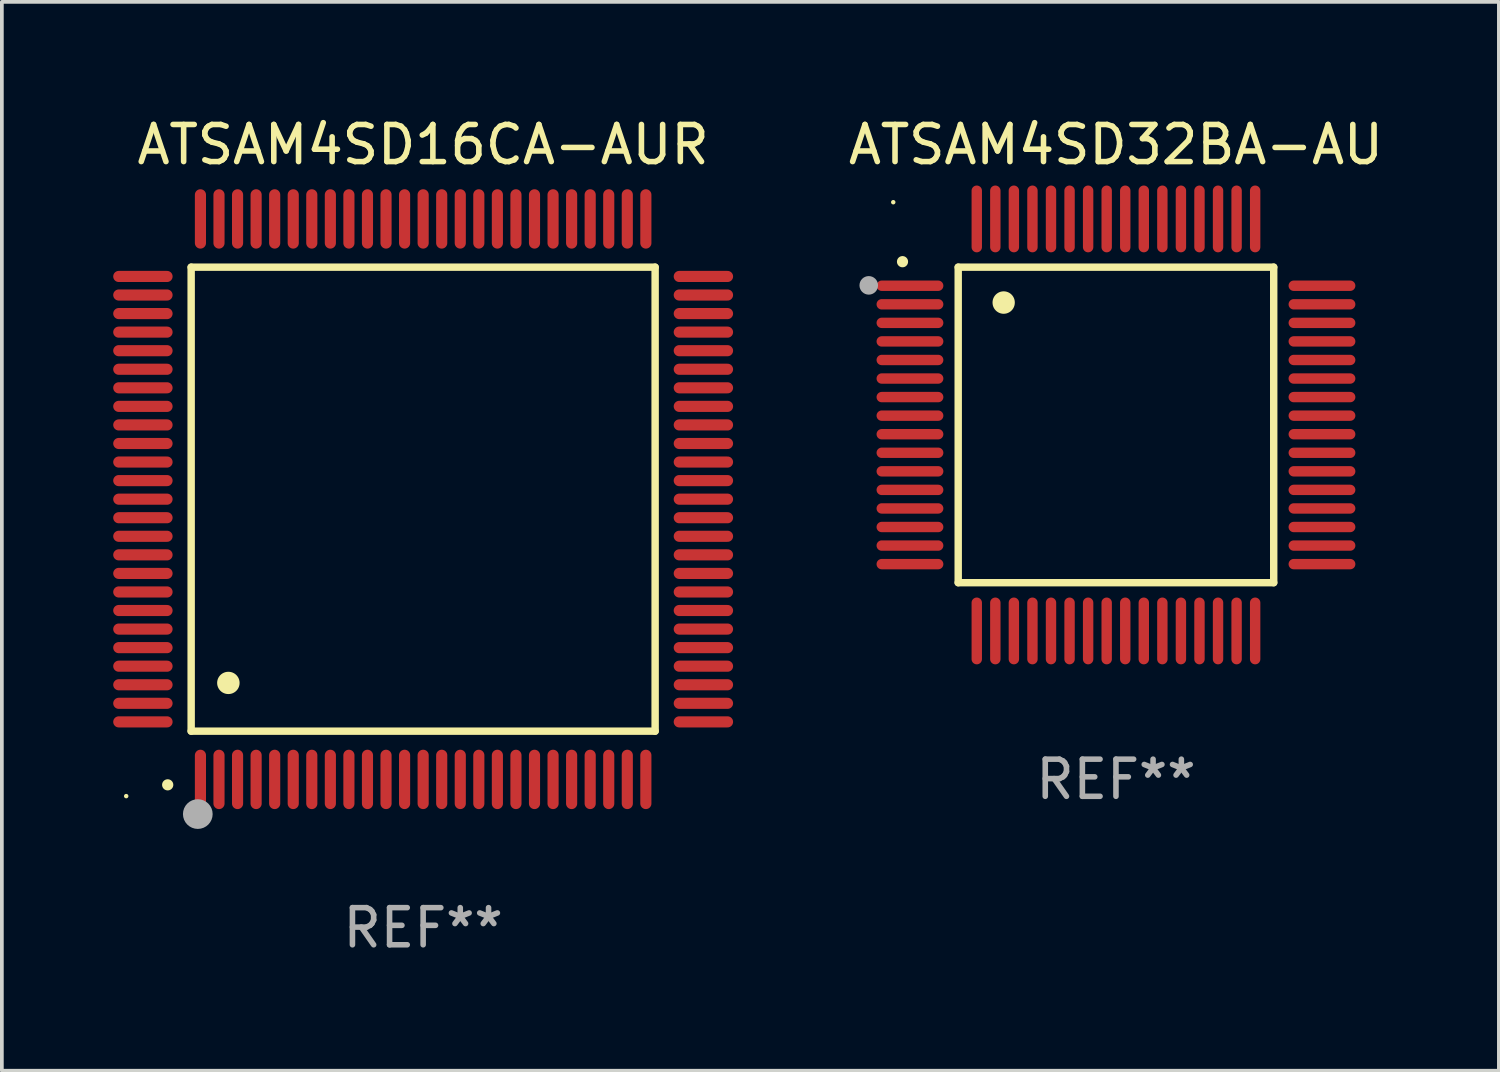
<source format=kicad_pcb>
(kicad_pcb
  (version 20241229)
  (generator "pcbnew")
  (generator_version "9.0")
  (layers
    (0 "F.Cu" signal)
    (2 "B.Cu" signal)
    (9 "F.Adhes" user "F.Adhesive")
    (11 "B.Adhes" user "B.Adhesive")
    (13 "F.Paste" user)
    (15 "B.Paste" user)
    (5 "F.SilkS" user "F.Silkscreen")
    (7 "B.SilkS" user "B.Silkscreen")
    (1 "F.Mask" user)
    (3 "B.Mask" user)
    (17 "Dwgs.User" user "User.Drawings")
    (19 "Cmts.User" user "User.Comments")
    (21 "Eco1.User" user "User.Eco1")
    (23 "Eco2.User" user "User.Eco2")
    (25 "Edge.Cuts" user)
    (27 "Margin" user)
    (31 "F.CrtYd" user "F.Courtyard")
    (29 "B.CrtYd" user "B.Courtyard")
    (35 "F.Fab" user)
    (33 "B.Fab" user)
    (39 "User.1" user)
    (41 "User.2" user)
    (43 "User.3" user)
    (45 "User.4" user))
  (footprint "ATSAM4SD16CA-AUR"
    (layer "F.Cu")
    (at 8.35 10.398)
    (property "Reference" "ATSAM4SD16CA-AUR" (at 0 -9.55 0) (layer "F.SilkS") (effects (font (size 1 1) (thickness 0.15))))
    (attr through_hole)
    (fp_line (start -6.25 -6.25) (end -6.25 6.25) (stroke (width 0.2) (type solid)) (layer "F.SilkS"))
    (fp_line (start -6.25 6.25) (end 6.25 6.25) (stroke (width 0.2) (type solid)) (layer "F.SilkS"))
    (fp_line (start 6.25 -6.25) (end -6.25 -6.25) (stroke (width 0.2) (type solid)) (layer "F.SilkS"))
    (fp_line (start 6.25 6.25) (end 6.25 -6.25) (stroke (width 0.2) (type solid)) (layer "F.SilkS"))
    (fp_arc (start -6.883414 7.696215) (mid -6.882144 7.69621) (end -6.880874 7.696215) (stroke (width 0.3) (type solid)) (layer "F.SilkS"))
    (fp_arc (start -5.250191 4.95047) (mid -5.247651 4.950459) (end -5.245111 4.95047) (stroke (width 0.6) (type solid)) (layer "F.SilkS"))
    (fp_circle (center -8 8) (end -7.97 8) (stroke (width 0.06) (type solid)) (fill no) (layer "F.SilkS"))
    (fp_circle (center -6.071 8.484) (end -5.871 8.484) (stroke (width 0.4) (type solid)) (fill no) (layer "F.Fab"))
    (fp_text user "REF**" (at 0 11.55 0) (layer "F.Fab") (effects (font (size 1 1) (thickness 0.15))))
    (pad "1" smd oval (at -6 7.55) (size 0.3 1.6) (layers "F.Cu" "F.Mask" "F.Paste"))
    (pad "2" smd oval (at -5.5 7.55) (size 0.3 1.6) (layers "F.Cu" "F.Mask" "F.Paste"))
    (pad "3" smd oval (at -5 7.55) (size 0.3 1.6) (layers "F.Cu" "F.Mask" "F.Paste"))
    (pad "4" smd oval (at -4.5 7.55) (size 0.3 1.6) (layers "F.Cu" "F.Mask" "F.Paste"))
    (pad "5" smd oval (at -4 7.55) (size 0.3 1.6) (layers "F.Cu" "F.Mask" "F.Paste"))
    (pad "6" smd oval (at -3.5 7.55) (size 0.3 1.6) (layers "F.Cu" "F.Mask" "F.Paste"))
    (pad "7" smd oval (at -3 7.55) (size 0.3 1.6) (layers "F.Cu" "F.Mask" "F.Paste"))
    (pad "8" smd oval (at -2.5 7.55) (size 0.3 1.6) (layers "F.Cu" "F.Mask" "F.Paste"))
    (pad "9" smd oval (at -2 7.55) (size 0.3 1.6) (layers "F.Cu" "F.Mask" "F.Paste"))
    (pad "10" smd oval (at -1.5 7.55) (size 0.3 1.6) (layers "F.Cu" "F.Mask" "F.Paste"))
    (pad "11" smd oval (at -1 7.55) (size 0.3 1.6) (layers "F.Cu" "F.Mask" "F.Paste"))
    (pad "12" smd oval (at -0.5 7.55) (size 0.3 1.6) (layers "F.Cu" "F.Mask" "F.Paste"))
    (pad "13" smd oval (at 0 7.55) (size 0.3 1.6) (layers "F.Cu" "F.Mask" "F.Paste"))
    (pad "14" smd oval (at 0.5 7.55) (size 0.3 1.6) (layers "F.Cu" "F.Mask" "F.Paste"))
    (pad "15" smd oval (at 1 7.55) (size 0.3 1.6) (layers "F.Cu" "F.Mask" "F.Paste"))
    (pad "16" smd oval (at 1.5 7.55) (size 0.3 1.6) (layers "F.Cu" "F.Mask" "F.Paste"))
    (pad "17" smd oval (at 2 7.55) (size 0.3 1.6) (layers "F.Cu" "F.Mask" "F.Paste"))
    (pad "18" smd oval (at 2.5 7.55) (size 0.3 1.6) (layers "F.Cu" "F.Mask" "F.Paste"))
    (pad "19" smd oval (at 3 7.55) (size 0.3 1.6) (layers "F.Cu" "F.Mask" "F.Paste"))
    (pad "20" smd oval (at 3.5 7.55) (size 0.3 1.6) (layers "F.Cu" "F.Mask" "F.Paste"))
    (pad "21" smd oval (at 4 7.55) (size 0.3 1.6) (layers "F.Cu" "F.Mask" "F.Paste"))
    (pad "22" smd oval (at 4.5 7.55) (size 0.3 1.6) (layers "F.Cu" "F.Mask" "F.Paste"))
    (pad "23" smd oval (at 5 7.55) (size 0.3 1.6) (layers "F.Cu" "F.Mask" "F.Paste"))
    (pad "24" smd oval (at 5.5 7.55) (size 0.3 1.6) (layers "F.Cu" "F.Mask" "F.Paste"))
    (pad "25" smd oval (at 6 7.55) (size 0.3 1.6) (layers "F.Cu" "F.Mask" "F.Paste"))
    (pad "26" smd oval (at 7.55 6) (size 1.6 0.3) (layers "F.Cu" "F.Mask" "F.Paste"))
    (pad "27" smd oval (at 7.55 5.5) (size 1.6 0.3) (layers "F.Cu" "F.Mask" "F.Paste"))
    (pad "28" smd oval (at 7.55 5) (size 1.6 0.3) (layers "F.Cu" "F.Mask" "F.Paste"))
    (pad "29" smd oval (at 7.55 4.5) (size 1.6 0.3) (layers "F.Cu" "F.Mask" "F.Paste"))
    (pad "30" smd oval (at 7.55 4) (size 1.6 0.3) (layers "F.Cu" "F.Mask" "F.Paste"))
    (pad "31" smd oval (at 7.55 3.5) (size 1.6 0.3) (layers "F.Cu" "F.Mask" "F.Paste"))
    (pad "32" smd oval (at 7.55 3) (size 1.6 0.3) (layers "F.Cu" "F.Mask" "F.Paste"))
    (pad "33" smd oval (at 7.55 2.5) (size 1.6 0.3) (layers "F.Cu" "F.Mask" "F.Paste"))
    (pad "34" smd oval (at 7.55 2) (size 1.6 0.3) (layers "F.Cu" "F.Mask" "F.Paste"))
    (pad "35" smd oval (at 7.55 1.5) (size 1.6 0.3) (layers "F.Cu" "F.Mask" "F.Paste"))
    (pad "36" smd oval (at 7.55 1) (size 1.6 0.3) (layers "F.Cu" "F.Mask" "F.Paste"))
    (pad "37" smd oval (at 7.55 0.5) (size 1.6 0.3) (layers "F.Cu" "F.Mask" "F.Paste"))
    (pad "38" smd oval (at 7.55 0) (size 1.6 0.3) (layers "F.Cu" "F.Mask" "F.Paste"))
    (pad "39" smd oval (at 7.55 -0.5) (size 1.6 0.3) (layers "F.Cu" "F.Mask" "F.Paste"))
    (pad "40" smd oval (at 7.55 -1) (size 1.6 0.3) (layers "F.Cu" "F.Mask" "F.Paste"))
    (pad "41" smd oval (at 7.55 -1.5) (size 1.6 0.3) (layers "F.Cu" "F.Mask" "F.Paste"))
    (pad "42" smd oval (at 7.55 -2) (size 1.6 0.3) (layers "F.Cu" "F.Mask" "F.Paste"))
    (pad "43" smd oval (at 7.55 -2.5) (size 1.6 0.3) (layers "F.Cu" "F.Mask" "F.Paste"))
    (pad "44" smd oval (at 7.55 -3) (size 1.6 0.3) (layers "F.Cu" "F.Mask" "F.Paste"))
    (pad "45" smd oval (at 7.55 -3.5) (size 1.6 0.3) (layers "F.Cu" "F.Mask" "F.Paste"))
    (pad "46" smd oval (at 7.55 -4) (size 1.6 0.3) (layers "F.Cu" "F.Mask" "F.Paste"))
    (pad "47" smd oval (at 7.55 -4.5) (size 1.6 0.3) (layers "F.Cu" "F.Mask" "F.Paste"))
    (pad "48" smd oval (at 7.55 -5) (size 1.6 0.3) (layers "F.Cu" "F.Mask" "F.Paste"))
    (pad "49" smd oval (at 7.55 -5.5) (size 1.6 0.3) (layers "F.Cu" "F.Mask" "F.Paste"))
    (pad "50" smd oval (at 7.55 -6) (size 1.6 0.3) (layers "F.Cu" "F.Mask" "F.Paste"))
    (pad "51" smd oval (at 6 -7.55) (size 0.3 1.6) (layers "F.Cu" "F.Mask" "F.Paste"))
    (pad "52" smd oval (at 5.5 -7.55) (size 0.3 1.6) (layers "F.Cu" "F.Mask" "F.Paste"))
    (pad "53" smd oval (at 5 -7.55) (size 0.3 1.6) (layers "F.Cu" "F.Mask" "F.Paste"))
    (pad "54" smd oval (at 4.5 -7.55) (size 0.3 1.6) (layers "F.Cu" "F.Mask" "F.Paste"))
    (pad "55" smd oval (at 4 -7.55) (size 0.3 1.6) (layers "F.Cu" "F.Mask" "F.Paste"))
    (pad "56" smd oval (at 3.5 -7.55) (size 0.3 1.6) (layers "F.Cu" "F.Mask" "F.Paste"))
    (pad "57" smd oval (at 3 -7.55) (size 0.3 1.6) (layers "F.Cu" "F.Mask" "F.Paste"))
    (pad "58" smd oval (at 2.5 -7.55) (size 0.3 1.6) (layers "F.Cu" "F.Mask" "F.Paste"))
    (pad "59" smd oval (at 2 -7.55) (size 0.3 1.6) (layers "F.Cu" "F.Mask" "F.Paste"))
    (pad "60" smd oval (at 1.5 -7.55) (size 0.3 1.6) (layers "F.Cu" "F.Mask" "F.Paste"))
    (pad "61" smd oval (at 1 -7.55) (size 0.3 1.6) (layers "F.Cu" "F.Mask" "F.Paste"))
    (pad "62" smd oval (at 0.5 -7.55) (size 0.3 1.6) (layers "F.Cu" "F.Mask" "F.Paste"))
    (pad "63" smd oval (at 0 -7.55) (size 0.3 1.6) (layers "F.Cu" "F.Mask" "F.Paste"))
    (pad "64" smd oval (at -0.5 -7.55) (size 0.3 1.6) (layers "F.Cu" "F.Mask" "F.Paste"))
    (pad "65" smd oval (at -1 -7.55) (size 0.3 1.6) (layers "F.Cu" "F.Mask" "F.Paste"))
    (pad "66" smd oval (at -1.5 -7.55) (size 0.3 1.6) (layers "F.Cu" "F.Mask" "F.Paste"))
    (pad "67" smd oval (at -2 -7.55) (size 0.3 1.6) (layers "F.Cu" "F.Mask" "F.Paste"))
    (pad "68" smd oval (at -2.5 -7.55) (size 0.3 1.6) (layers "F.Cu" "F.Mask" "F.Paste"))
    (pad "69" smd oval (at -3 -7.55) (size 0.3 1.6) (layers "F.Cu" "F.Mask" "F.Paste"))
    (pad "70" smd oval (at -3.5 -7.55) (size 0.3 1.6) (layers "F.Cu" "F.Mask" "F.Paste"))
    (pad "71" smd oval (at -4 -7.55) (size 0.3 1.6) (layers "F.Cu" "F.Mask" "F.Paste"))
    (pad "72" smd oval (at -4.5 -7.55) (size 0.3 1.6) (layers "F.Cu" "F.Mask" "F.Paste"))
    (pad "73" smd oval (at -5 -7.55) (size 0.3 1.6) (layers "F.Cu" "F.Mask" "F.Paste"))
    (pad "74" smd oval (at -5.5 -7.55) (size 0.3 1.6) (layers "F.Cu" "F.Mask" "F.Paste"))
    (pad "75" smd oval (at -6 -7.55) (size 0.3 1.6) (layers "F.Cu" "F.Mask" "F.Paste"))
    (pad "76" smd oval (at -7.55 -6) (size 1.6 0.3) (layers "F.Cu" "F.Mask" "F.Paste"))
    (pad "77" smd oval (at -7.55 -5.5) (size 1.6 0.3) (layers "F.Cu" "F.Mask" "F.Paste"))
    (pad "78" smd oval (at -7.55 -5) (size 1.6 0.3) (layers "F.Cu" "F.Mask" "F.Paste"))
    (pad "79" smd oval (at -7.55 -4.5) (size 1.6 0.3) (layers "F.Cu" "F.Mask" "F.Paste"))
    (pad "80" smd oval (at -7.55 -4) (size 1.6 0.3) (layers "F.Cu" "F.Mask" "F.Paste"))
    (pad "81" smd oval (at -7.55 -3.5) (size 1.6 0.3) (layers "F.Cu" "F.Mask" "F.Paste"))
    (pad "82" smd oval (at -7.55 -3) (size 1.6 0.3) (layers "F.Cu" "F.Mask" "F.Paste"))
    (pad "83" smd oval (at -7.55 -2.5) (size 1.6 0.3) (layers "F.Cu" "F.Mask" "F.Paste"))
    (pad "84" smd oval (at -7.55 -2) (size 1.6 0.3) (layers "F.Cu" "F.Mask" "F.Paste"))
    (pad "85" smd oval (at -7.55 -1.5) (size 1.6 0.3) (layers "F.Cu" "F.Mask" "F.Paste"))
    (pad "86" smd oval (at -7.55 -1) (size 1.6 0.3) (layers "F.Cu" "F.Mask" "F.Paste"))
    (pad "87" smd oval (at -7.55 -0.5) (size 1.6 0.3) (layers "F.Cu" "F.Mask" "F.Paste"))
    (pad "88" smd oval (at -7.55 0) (size 1.6 0.3) (layers "F.Cu" "F.Mask" "F.Paste"))
    (pad "89" smd oval (at -7.55 0.5) (size 1.6 0.3) (layers "F.Cu" "F.Mask" "F.Paste"))
    (pad "90" smd oval (at -7.55 1) (size 1.6 0.3) (layers "F.Cu" "F.Mask" "F.Paste"))
    (pad "91" smd oval (at -7.55 1.5) (size 1.6 0.3) (layers "F.Cu" "F.Mask" "F.Paste"))
    (pad "92" smd oval (at -7.55 2) (size 1.6 0.3) (layers "F.Cu" "F.Mask" "F.Paste"))
    (pad "93" smd oval (at -7.55 2.5) (size 1.6 0.3) (layers "F.Cu" "F.Mask" "F.Paste"))
    (pad "94" smd oval (at -7.55 3) (size 1.6 0.3) (layers "F.Cu" "F.Mask" "F.Paste"))
    (pad "95" smd oval (at -7.55 3.5) (size 1.6 0.3) (layers "F.Cu" "F.Mask" "F.Paste"))
    (pad "96" smd oval (at -7.55 4) (size 1.6 0.3) (layers "F.Cu" "F.Mask" "F.Paste"))
    (pad "97" smd oval (at -7.55 4.5) (size 1.6 0.3) (layers "F.Cu" "F.Mask" "F.Paste"))
    (pad "98" smd oval (at -7.55 5) (size 1.6 0.3) (layers "F.Cu" "F.Mask" "F.Paste"))
    (pad "99" smd oval (at -7.55 5.5) (size 1.6 0.3) (layers "F.Cu" "F.Mask" "F.Paste"))
    (pad "100" smd oval (at -7.55 6) (size 1.6 0.3) (layers "F.Cu" "F.Mask" "F.Paste")))
  (footprint "ATSAM4SD32BA-AU"
    (layer "F.Cu")
    (at 27.015 8.398)
    (property "Reference" "ATSAM4SD32BA-AU" (at 0 -7.55 0) (layer "F.SilkS") (effects (font (size 1 1) (thickness 0.15))))
    (attr through_hole)
    (fp_line (start -4.25 -4.25) (end -4.25 4.25) (stroke (width 0.2) (type solid)) (layer "F.SilkS"))
    (fp_line (start -4.25 4.25) (end 4.25 4.25) (stroke (width 0.2) (type solid)) (layer "F.SilkS"))
    (fp_line (start 4.25 -4.25) (end -4.25 -4.25) (stroke (width 0.2) (type solid)) (layer "F.SilkS"))
    (fp_line (start 4.25 4.25) (end 4.25 -4.25) (stroke (width 0.2) (type solid)) (layer "F.SilkS"))
    (fp_arc (start -5.750572 -4.396749) (mid -5.750577 -4.398019) (end -5.750572 -4.399289) (stroke (width 0.3) (type solid)) (layer "F.SilkS"))
    (fp_arc (start -3.025146 -3.294387) (mid -3.025157 -3.296927) (end -3.025146 -3.299467) (stroke (width 0.6) (type solid)) (layer "F.SilkS"))
    (fp_circle (center -6 -6) (end -5.97 -6) (stroke (width 0.06) (type solid)) (fill no) (layer "F.SilkS"))
    (fp_circle (center -6.66 -3.76) (end -6.535 -3.76) (stroke (width 0.25) (type solid)) (fill no) (layer "F.Fab"))
    (fp_text user "REF**" (at 0 9.55 0) (layer "F.Fab") (effects (font (size 1 1) (thickness 0.15))))
    (pad "1" smd oval (at -5.55 -3.75) (size 1.8 0.28) (layers "F.Cu" "F.Mask" "F.Paste"))
    (pad "2" smd oval (at -5.55 -3.25) (size 1.8 0.28) (layers "F.Cu" "F.Mask" "F.Paste"))
    (pad "3" smd oval (at -5.55 -2.75) (size 1.8 0.28) (layers "F.Cu" "F.Mask" "F.Paste"))
    (pad "4" smd oval (at -5.55 -2.25) (size 1.8 0.28) (layers "F.Cu" "F.Mask" "F.Paste"))
    (pad "5" smd oval (at -5.55 -1.75) (size 1.8 0.28) (layers "F.Cu" "F.Mask" "F.Paste"))
    (pad "6" smd oval (at -5.55 -1.25) (size 1.8 0.28) (layers "F.Cu" "F.Mask" "F.Paste"))
    (pad "7" smd oval (at -5.55 -0.75) (size 1.8 0.28) (layers "F.Cu" "F.Mask" "F.Paste"))
    (pad "8" smd oval (at -5.55 -0.25) (size 1.8 0.28) (layers "F.Cu" "F.Mask" "F.Paste"))
    (pad "9" smd oval (at -5.55 0.25) (size 1.8 0.28) (layers "F.Cu" "F.Mask" "F.Paste"))
    (pad "10" smd oval (at -5.55 0.75) (size 1.8 0.28) (layers "F.Cu" "F.Mask" "F.Paste"))
    (pad "11" smd oval (at -5.55 1.25) (size 1.8 0.28) (layers "F.Cu" "F.Mask" "F.Paste"))
    (pad "12" smd oval (at -5.55 1.75) (size 1.8 0.28) (layers "F.Cu" "F.Mask" "F.Paste"))
    (pad "13" smd oval (at -5.55 2.25) (size 1.8 0.28) (layers "F.Cu" "F.Mask" "F.Paste"))
    (pad "14" smd oval (at -5.55 2.75) (size 1.8 0.28) (layers "F.Cu" "F.Mask" "F.Paste"))
    (pad "15" smd oval (at -5.55 3.25) (size 1.8 0.28) (layers "F.Cu" "F.Mask" "F.Paste"))
    (pad "16" smd oval (at -5.55 3.75) (size 1.8 0.28) (layers "F.Cu" "F.Mask" "F.Paste"))
    (pad "17" smd oval (at -3.75 5.55) (size 0.28 1.8) (layers "F.Cu" "F.Mask" "F.Paste"))
    (pad "18" smd oval (at -3.25 5.55) (size 0.28 1.8) (layers "F.Cu" "F.Mask" "F.Paste"))
    (pad "19" smd oval (at -2.75 5.55) (size 0.28 1.8) (layers "F.Cu" "F.Mask" "F.Paste"))
    (pad "20" smd oval (at -2.25 5.55) (size 0.28 1.8) (layers "F.Cu" "F.Mask" "F.Paste"))
    (pad "21" smd oval (at -1.75 5.55) (size 0.28 1.8) (layers "F.Cu" "F.Mask" "F.Paste"))
    (pad "22" smd oval (at -1.25 5.55) (size 0.28 1.8) (layers "F.Cu" "F.Mask" "F.Paste"))
    (pad "23" smd oval (at -0.75 5.55) (size 0.28 1.8) (layers "F.Cu" "F.Mask" "F.Paste"))
    (pad "24" smd oval (at -0.25 5.55) (size 0.28 1.8) (layers "F.Cu" "F.Mask" "F.Paste"))
    (pad "25" smd oval (at 0.25 5.55) (size 0.28 1.8) (layers "F.Cu" "F.Mask" "F.Paste"))
    (pad "26" smd oval (at 0.75 5.55) (size 0.28 1.8) (layers "F.Cu" "F.Mask" "F.Paste"))
    (pad "27" smd oval (at 1.25 5.55) (size 0.28 1.8) (layers "F.Cu" "F.Mask" "F.Paste"))
    (pad "28" smd oval (at 1.75 5.55) (size 0.28 1.8) (layers "F.Cu" "F.Mask" "F.Paste"))
    (pad "29" smd oval (at 2.25 5.55) (size 0.28 1.8) (layers "F.Cu" "F.Mask" "F.Paste"))
    (pad "30" smd oval (at 2.75 5.55) (size 0.28 1.8) (layers "F.Cu" "F.Mask" "F.Paste"))
    (pad "31" smd oval (at 3.25 5.55) (size 0.28 1.8) (layers "F.Cu" "F.Mask" "F.Paste"))
    (pad "32" smd oval (at 3.75 5.55) (size 0.28 1.8) (layers "F.Cu" "F.Mask" "F.Paste"))
    (pad "33" smd oval (at 5.55 3.75) (size 1.8 0.28) (layers "F.Cu" "F.Mask" "F.Paste"))
    (pad "34" smd oval (at 5.55 3.25) (size 1.8 0.28) (layers "F.Cu" "F.Mask" "F.Paste"))
    (pad "35" smd oval (at 5.55 2.75) (size 1.8 0.28) (layers "F.Cu" "F.Mask" "F.Paste"))
    (pad "36" smd oval (at 5.55 2.25) (size 1.8 0.28) (layers "F.Cu" "F.Mask" "F.Paste"))
    (pad "37" smd oval (at 5.55 1.75) (size 1.8 0.28) (layers "F.Cu" "F.Mask" "F.Paste"))
    (pad "38" smd oval (at 5.55 1.25) (size 1.8 0.28) (layers "F.Cu" "F.Mask" "F.Paste"))
    (pad "39" smd oval (at 5.55 0.75) (size 1.8 0.28) (layers "F.Cu" "F.Mask" "F.Paste"))
    (pad "40" smd oval (at 5.55 0.25) (size 1.8 0.28) (layers "F.Cu" "F.Mask" "F.Paste"))
    (pad "41" smd oval (at 5.55 -0.25) (size 1.8 0.28) (layers "F.Cu" "F.Mask" "F.Paste"))
    (pad "42" smd oval (at 5.55 -0.75) (size 1.8 0.28) (layers "F.Cu" "F.Mask" "F.Paste"))
    (pad "43" smd oval (at 5.55 -1.25) (size 1.8 0.28) (layers "F.Cu" "F.Mask" "F.Paste"))
    (pad "44" smd oval (at 5.55 -1.75) (size 1.8 0.28) (layers "F.Cu" "F.Mask" "F.Paste"))
    (pad "45" smd oval (at 5.55 -2.25) (size 1.8 0.28) (layers "F.Cu" "F.Mask" "F.Paste"))
    (pad "46" smd oval (at 5.55 -2.75) (size 1.8 0.28) (layers "F.Cu" "F.Mask" "F.Paste"))
    (pad "47" smd oval (at 5.55 -3.25) (size 1.8 0.28) (layers "F.Cu" "F.Mask" "F.Paste"))
    (pad "48" smd oval (at 5.55 -3.75) (size 1.8 0.28) (layers "F.Cu" "F.Mask" "F.Paste"))
    (pad "49" smd oval (at 3.75 -5.55) (size 0.28 1.8) (layers "F.Cu" "F.Mask" "F.Paste"))
    (pad "50" smd oval (at 3.25 -5.55) (size 0.28 1.8) (layers "F.Cu" "F.Mask" "F.Paste"))
    (pad "51" smd oval (at 2.75 -5.55) (size 0.28 1.8) (layers "F.Cu" "F.Mask" "F.Paste"))
    (pad "52" smd oval (at 2.25 -5.55) (size 0.28 1.8) (layers "F.Cu" "F.Mask" "F.Paste"))
    (pad "53" smd oval (at 1.75 -5.55) (size 0.28 1.8) (layers "F.Cu" "F.Mask" "F.Paste"))
    (pad "54" smd oval (at 1.25 -5.55) (size 0.28 1.8) (layers "F.Cu" "F.Mask" "F.Paste"))
    (pad "55" smd oval (at 0.75 -5.55) (size 0.28 1.8) (layers "F.Cu" "F.Mask" "F.Paste"))
    (pad "56" smd oval (at 0.25 -5.55) (size 0.28 1.8) (layers "F.Cu" "F.Mask" "F.Paste"))
    (pad "57" smd oval (at -0.25 -5.55) (size 0.28 1.8) (layers "F.Cu" "F.Mask" "F.Paste"))
    (pad "58" smd oval (at -0.75 -5.55) (size 0.28 1.8) (layers "F.Cu" "F.Mask" "F.Paste"))
    (pad "59" smd oval (at -1.25 -5.55) (size 0.28 1.8) (layers "F.Cu" "F.Mask" "F.Paste"))
    (pad "60" smd oval (at -1.75 -5.55) (size 0.28 1.8) (layers "F.Cu" "F.Mask" "F.Paste"))
    (pad "61" smd oval (at -2.25 -5.55) (size 0.28 1.8) (layers "F.Cu" "F.Mask" "F.Paste"))
    (pad "62" smd oval (at -2.75 -5.55) (size 0.28 1.8) (layers "F.Cu" "F.Mask" "F.Paste"))
    (pad "63" smd oval (at -3.25 -5.55) (size 0.28 1.8) (layers "F.Cu" "F.Mask" "F.Paste"))
    (pad "64" smd oval (at -3.75 -5.55) (size 0.28 1.8) (layers "F.Cu" "F.Mask" "F.Paste")))
  (gr_rect
    (start -3 -3)
    (end 37.331 25.796)
    (stroke (width 0.1) (type default))
    (fill no)
    (layer "Edge.Cuts")))
</source>
